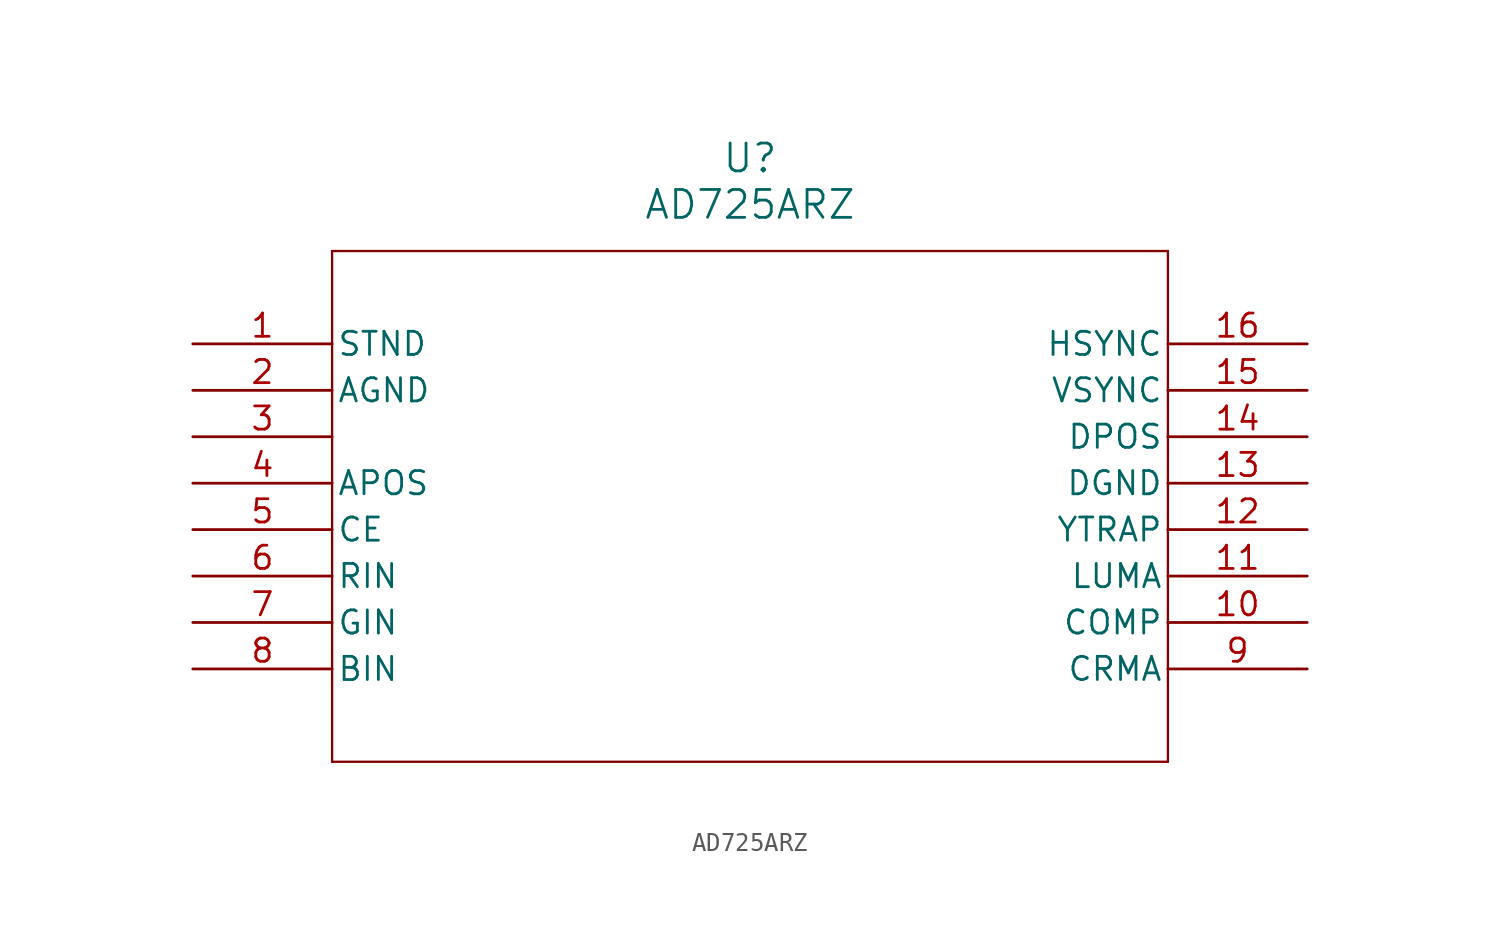
<source format=kicad_sym>
(kicad_symbol_lib
  (version 20211014)
  (generator kicad_symbol_editor)
  (symbol "AD725ARZ"
    (pin_names
      (offset 0.254))
    (property "Reference" "U"
      (at 30.48 10.16 0)
      (effects (font (size 1.524 1.524))))
    (property "Value" "AD725ARZ"
      (at 30.48 7.62 0)
      (effects (font (size 1.524 1.524))))
    (symbol "AD725ARZ_0_1"
      (polyline (pts (xy 7.62 5.08) (xy 7.62 -22.86)) (stroke (width 0.127) (type default) (color 0 0 0 0)) (fill (type none)))
      (polyline (pts (xy 7.62 -22.86) (xy 53.34 -22.86)) (stroke (width 0.127) (type default) (color 0 0 0 0)) (fill (type none)))
      (polyline (pts (xy 53.34 -22.86) (xy 53.34 5.08)) (stroke (width 0.127) (type default) (color 0 0 0 0)) (fill (type none)))
      (polyline (pts (xy 53.34 5.08) (xy 7.62 5.08)) (stroke (width 0.127) (type default) (color 0 0 0 0)) (fill (type none)))
      (pin unspecified line (at 0 0 0) (length 7.62) (name "STND" (effects (font (size 1.27 1.27)))) (number "1" (effects (font (size 1.27 1.27)))))
      (pin unspecified line (at 0 -2.54 0) (length 7.62) (name "AGND" (effects (font (size 1.27 1.27)))) (number "2" (effects (font (size 1.27 1.27)))))
      (pin unspecified line (at 0 -5.08 0) (length 7.62) (name "" (effects (font (size 1.27 1.27)))) (number "3" (effects (font (size 1.27 1.27)))))
      (pin power_in line (at 0 -7.62 0) (length 7.62) (name "APOS" (effects (font (size 1.27 1.27)))) (number "4" (effects (font (size 1.27 1.27)))))
      (pin unspecified line (at 0 -10.16 0) (length 7.62) (name "CE" (effects (font (size 1.27 1.27)))) (number "5" (effects (font (size 1.27 1.27)))))
      (pin unspecified line (at 0 -12.7 0) (length 7.62) (name "RIN" (effects (font (size 1.27 1.27)))) (number "6" (effects (font (size 1.27 1.27)))))
      (pin unspecified line (at 0 -15.24 0) (length 7.62) (name "GIN" (effects (font (size 1.27 1.27)))) (number "7" (effects (font (size 1.27 1.27)))))
      (pin unspecified line (at 0 -17.78 0) (length 7.62) (name "BIN" (effects (font (size 1.27 1.27)))) (number "8" (effects (font (size 1.27 1.27)))))
      (pin unspecified line (at 60.96 -17.78 180) (length 7.62) (name "CRMA" (effects (font (size 1.27 1.27)))) (number "9" (effects (font (size 1.27 1.27)))))
      (pin unspecified line (at 60.96 -15.24 180) (length 7.62) (name "COMP" (effects (font (size 1.27 1.27)))) (number "10" (effects (font (size 1.27 1.27)))))
      (pin unspecified line (at 60.96 -12.7 180) (length 7.62) (name "LUMA" (effects (font (size 1.27 1.27)))) (number "11" (effects (font (size 1.27 1.27)))))
      (pin unspecified line (at 60.96 -10.16 180) (length 7.62) (name "YTRAP" (effects (font (size 1.27 1.27)))) (number "12" (effects (font (size 1.27 1.27)))))
      (pin unspecified line (at 60.96 -7.62 180) (length 7.62) (name "DGND" (effects (font (size 1.27 1.27)))) (number "13" (effects (font (size 1.27 1.27)))))
      (pin power_in line (at 60.96 -5.08 180) (length 7.62) (name "DPOS" (effects (font (size 1.27 1.27)))) (number "14" (effects (font (size 1.27 1.27)))))
      (pin unspecified line (at 60.96 -2.54 180) (length 7.62) (name "VSYNC" (effects (font (size 1.27 1.27)))) (number "15" (effects (font (size 1.27 1.27)))))
      (pin unspecified line (at 60.96 0 180) (length 7.62) (name "HSYNC" (effects (font (size 1.27 1.27)))) (number "16" (effects (font (size 1.27 1.27))))))))
</source>
